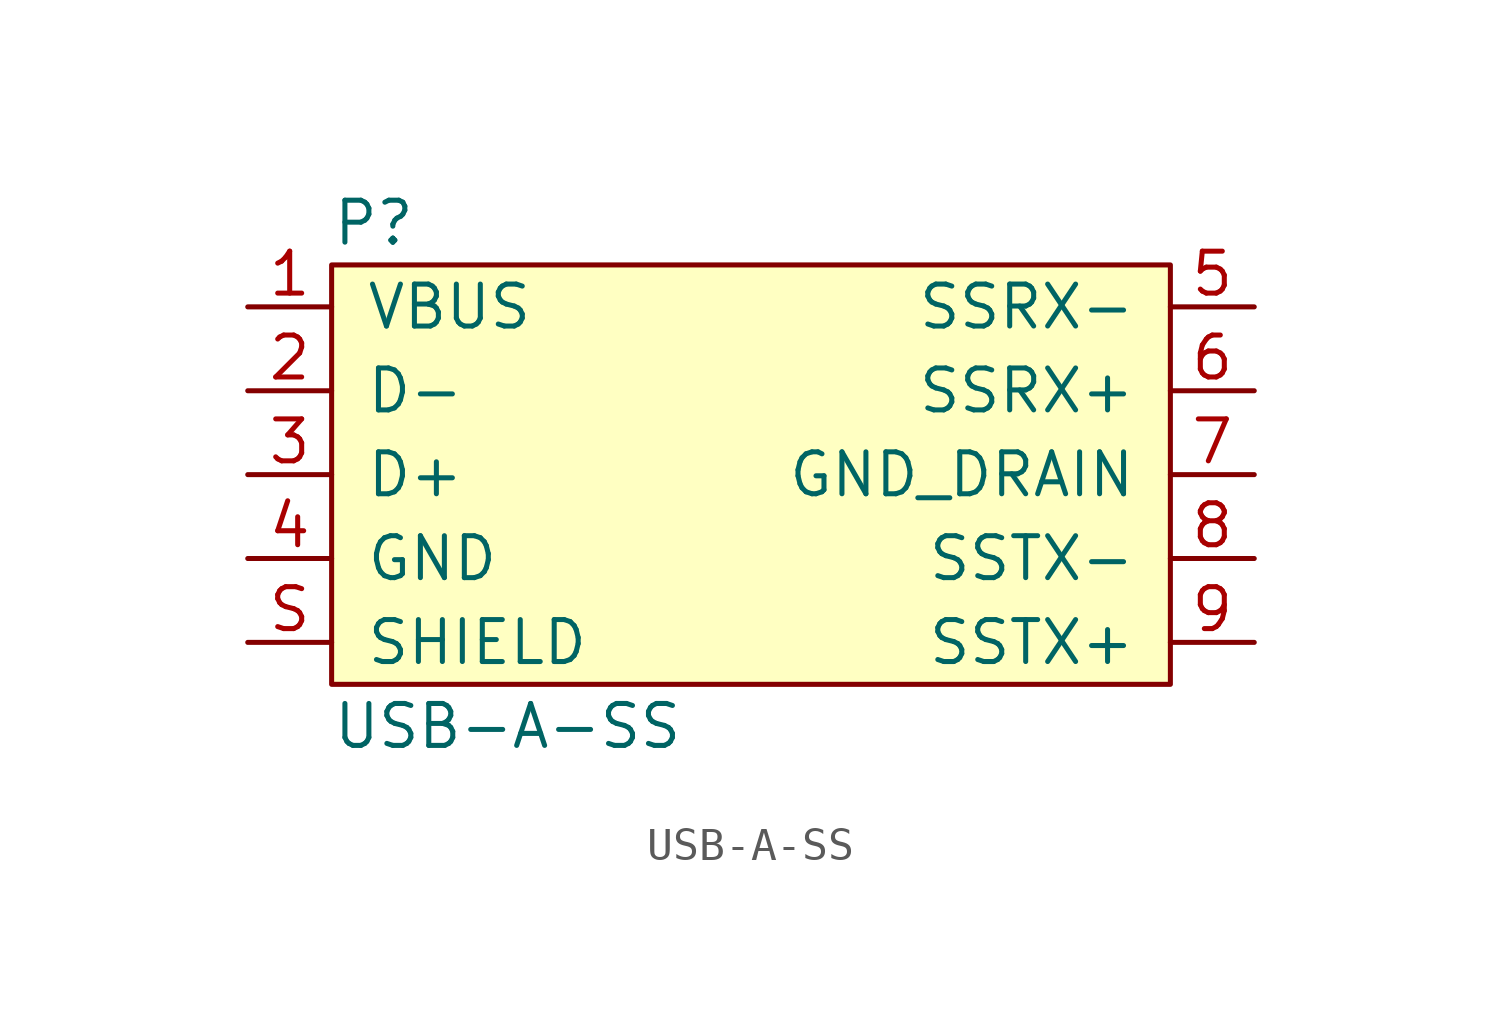
<source format=kicad_sym>
(kicad_symbol_lib
  (version 20211014)
  (generator agg_kicad.build_lib_ic)
  (symbol "USB-A-SS"
    (pin_names
      (offset 1.016))
    (property Reference P
      (at -12.7 7.62 0)
      (effects (font (size 1.27 1.27)) (justify left)))
    (property Value "USB-A-SS"
      (at -12.7 -7.62 0)
      (effects (font (size 1.27 1.27)) (justify left)))
    (symbol "USB-A-SS_0_0"
      (rectangle (start -12.7 6.35) (end 12.7 -6.35) (stroke (width 0) (type default) (color 0 0 0 0)) (fill (type background)))
      (pin power_in line (at -15.24 5.08 0) (length 2.54) (name VBUS (effects (font (size 1.27 1.27)))) (number "1" (effects (font (size 1.27 1.27)))))
      (pin bidirectional line (at -15.24 2.54 0) (length 2.54) (name "D-" (effects (font (size 1.27 1.27)))) (number "2" (effects (font (size 1.27 1.27)))))
      (pin bidirectional line (at -15.24 0 0) (length 2.54) (name "D+" (effects (font (size 1.27 1.27)))) (number "3" (effects (font (size 1.27 1.27)))))
      (pin power_in line (at -15.24 -2.54 0) (length 2.54) (name GND (effects (font (size 1.27 1.27)))) (number "4" (effects (font (size 1.27 1.27)))))
      (pin passive line (at -15.24 -5.08 0) (length 2.54) (name SHIELD (effects (font (size 1.27 1.27)))) (number S (effects (font (size 1.27 1.27)))))
      (pin bidirectional line (at 15.24 5.08 180) (length 2.54) (name "SSRX-" (effects (font (size 1.27 1.27)))) (number "5" (effects (font (size 1.27 1.27)))))
      (pin bidirectional line (at 15.24 2.54 180) (length 2.54) (name "SSRX+" (effects (font (size 1.27 1.27)))) (number "6" (effects (font (size 1.27 1.27)))))
      (pin power_in line (at 15.24 0 180) (length 2.54) (name GND_DRAIN (effects (font (size 1.27 1.27)))) (number "7" (effects (font (size 1.27 1.27)))))
      (pin bidirectional line (at 15.24 -2.54 180) (length 2.54) (name "SSTX-" (effects (font (size 1.27 1.27)))) (number "8" (effects (font (size 1.27 1.27)))))
      (pin bidirectional line (at 15.24 -5.08 180) (length 2.54) (name "SSTX+" (effects (font (size 1.27 1.27)))) (number "9" (effects (font (size 1.27 1.27))))))))
</source>
